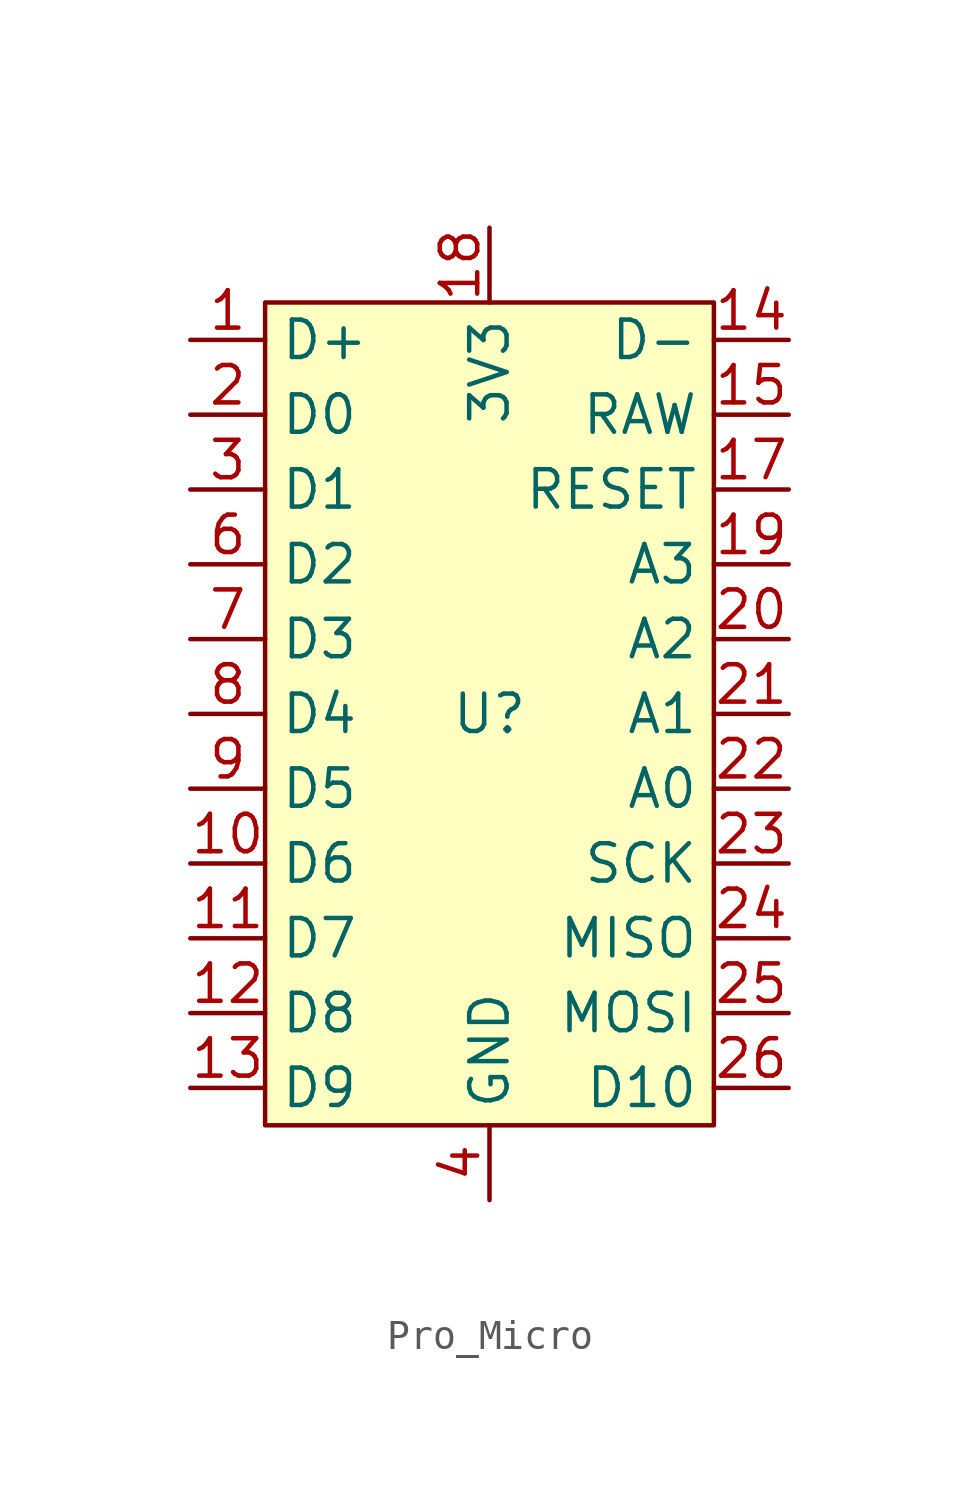
<source format=kicad_sym>
(kicad_symbol_lib
  (version 20220914)
  (generator kicad_symbol_editor)
  (symbol "Pro_Micro"
    (property "Reference" "U"
      (at 0 0 0)
      (effects (font (size 1.27 1.27))))
    (property "Value" ""
      (at 0 0 0)
      (effects (font (size 1.27 1.27))))
    (symbol "Pro_Micro_1_1"
      (rectangle (start -7.62 13.97) (end 7.62 -13.97) (stroke (width 0) (type default)) (fill (type background)))
      (pin passive line (at -10.16 12.7 0) (length 2.54) (name "D+" (effects (font (size 1.27 1.27)))) (number "1" (effects (font (size 1.27 1.27)))))
      (pin passive line (at -10.16 -5.08 0) (length 2.54) (name "D6" (effects (font (size 1.27 1.27)))) (number "10" (effects (font (size 1.27 1.27)))))
      (pin passive line (at -10.16 -7.62 0) (length 2.54) (name "D7" (effects (font (size 1.27 1.27)))) (number "11" (effects (font (size 1.27 1.27)))))
      (pin passive line (at -10.16 -10.16 0) (length 2.54) (name "D8" (effects (font (size 1.27 1.27)))) (number "12" (effects (font (size 1.27 1.27)))))
      (pin passive line (at -10.16 -12.7 0) (length 2.54) (name "D9" (effects (font (size 1.27 1.27)))) (number "13" (effects (font (size 1.27 1.27)))))
      (pin passive line (at 10.16 12.7 180) (length 2.54) (name "D-" (effects (font (size 1.27 1.27)))) (number "14" (effects (font (size 1.27 1.27)))))
      (pin passive line (at 10.16 10.16 180) (length 2.54) (name "RAW" (effects (font (size 1.27 1.27)))) (number "15" (effects (font (size 1.27 1.27)))))
      (pin passive line (at 0 -16.51 90) (length 2.54) hide (name "GND" (effects (font (size 1.27 1.27)))) (number "16" (effects (font (size 1.27 1.27)))))
      (pin passive line (at 10.16 7.62 180) (length 2.54) (name "RESET" (effects (font (size 1.27 1.27)))) (number "17" (effects (font (size 1.27 1.27)))))
      (pin passive line (at 0 16.51 270) (length 2.54) (name "3V3" (effects (font (size 1.27 1.27)))) (number "18" (effects (font (size 1.27 1.27)))))
      (pin passive line (at 10.16 5.08 180) (length 2.54) (name "A3" (effects (font (size 1.27 1.27)))) (number "19" (effects (font (size 1.27 1.27)))))
      (pin passive line (at -10.16 10.16 0) (length 2.54) (name "D0" (effects (font (size 1.27 1.27)))) (number "2" (effects (font (size 1.27 1.27)))))
      (pin passive line (at 10.16 2.54 180) (length 2.54) (name "A2" (effects (font (size 1.27 1.27)))) (number "20" (effects (font (size 1.27 1.27)))))
      (pin passive line (at 10.16 0 180) (length 2.54) (name "A1" (effects (font (size 1.27 1.27)))) (number "21" (effects (font (size 1.27 1.27)))))
      (pin passive line (at 10.16 -2.54 180) (length 2.54) (name "A0" (effects (font (size 1.27 1.27)))) (number "22" (effects (font (size 1.27 1.27)))))
      (pin passive line (at 10.16 -5.08 180) (length 2.54) (name "SCK" (effects (font (size 1.27 1.27)))) (number "23" (effects (font (size 1.27 1.27)))))
      (pin passive line (at 10.16 -7.62 180) (length 2.54) (name "MISO" (effects (font (size 1.27 1.27)))) (number "24" (effects (font (size 1.27 1.27)))))
      (pin passive line (at 10.16 -10.16 180) (length 2.54) (name "MOSI" (effects (font (size 1.27 1.27)))) (number "25" (effects (font (size 1.27 1.27)))))
      (pin passive line (at 10.16 -12.7 180) (length 2.54) (name "D10" (effects (font (size 1.27 1.27)))) (number "26" (effects (font (size 1.27 1.27)))))
      (pin passive line (at -10.16 7.62 0) (length 2.54) (name "D1" (effects (font (size 1.27 1.27)))) (number "3" (effects (font (size 1.27 1.27)))))
      (pin passive line (at 0 -16.51 90) (length 2.54) (name "GND" (effects (font (size 1.27 1.27)))) (number "4" (effects (font (size 1.27 1.27)))))
      (pin passive line (at 0 -16.51 90) (length 2.54) hide (name "GND" (effects (font (size 1.27 1.27)))) (number "5" (effects (font (size 1.27 1.27)))))
      (pin passive line (at -10.16 5.08 0) (length 2.54) (name "D2" (effects (font (size 1.27 1.27)))) (number "6" (effects (font (size 1.27 1.27)))))
      (pin passive line (at -10.16 2.54 0) (length 2.54) (name "D3" (effects (font (size 1.27 1.27)))) (number "7" (effects (font (size 1.27 1.27)))))
      (pin passive line (at -10.16 0 0) (length 2.54) (name "D4" (effects (font (size 1.27 1.27)))) (number "8" (effects (font (size 1.27 1.27)))))
      (pin passive line (at -10.16 -2.54 0) (length 2.54) (name "D5" (effects (font (size 1.27 1.27)))) (number "9" (effects (font (size 1.27 1.27))))))))
</source>
